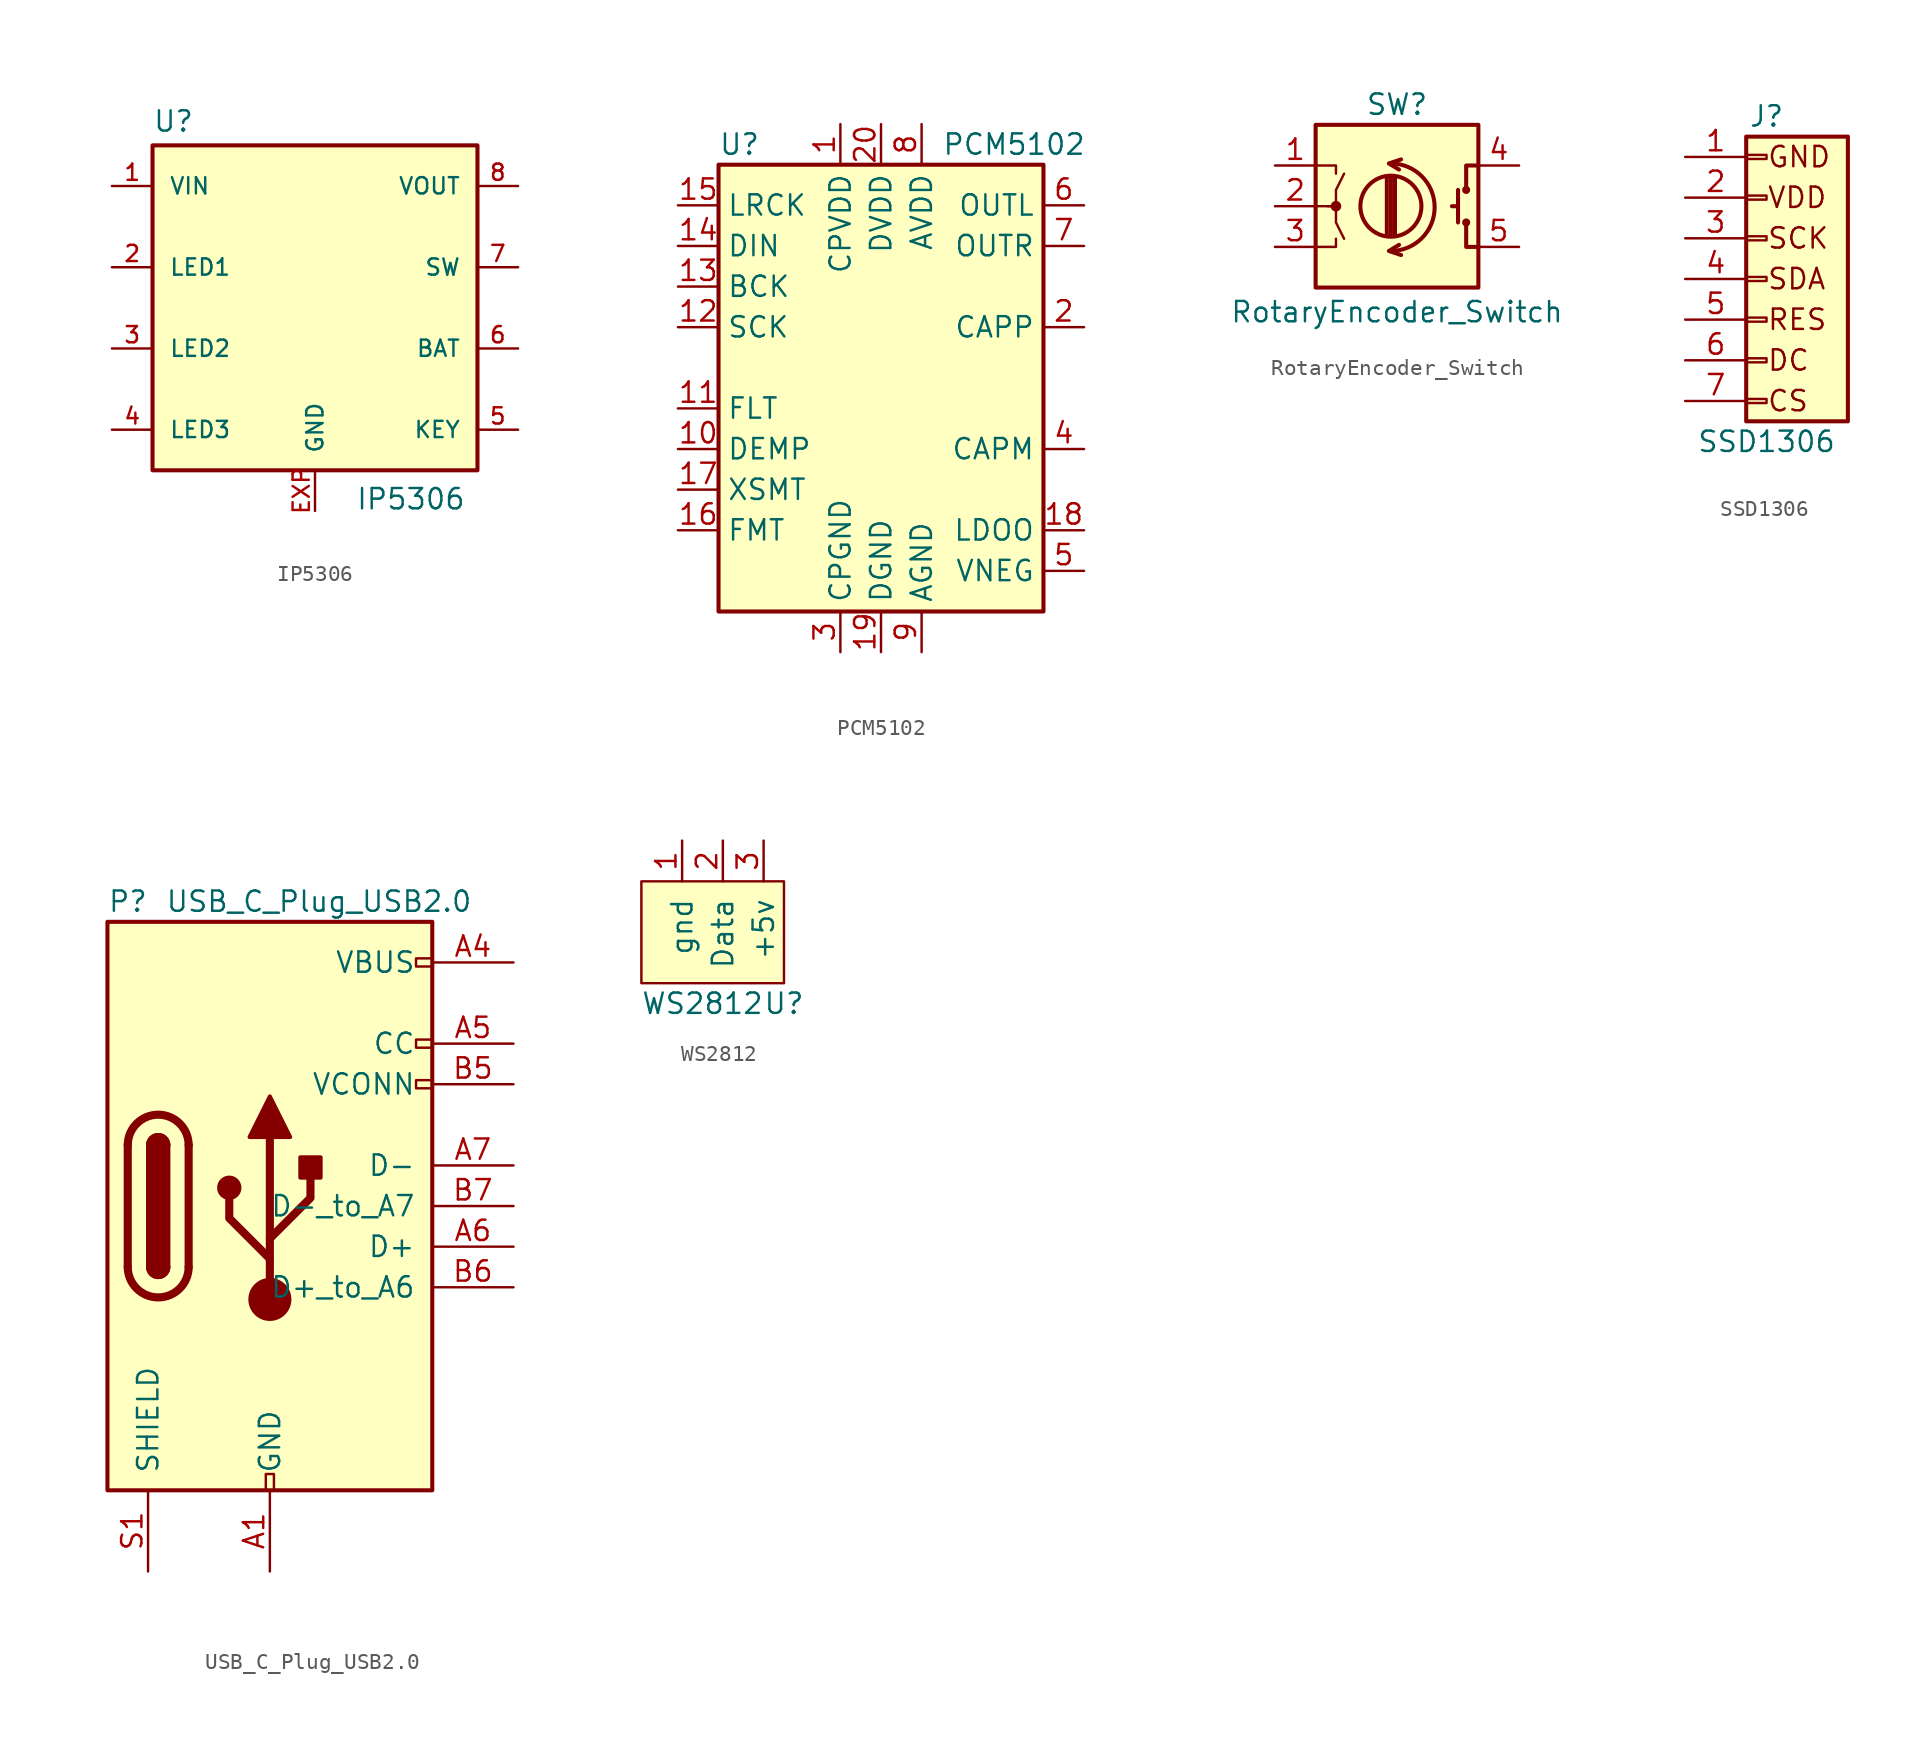
<source format=kicad_sym>
(kicad_symbol_lib
  (version 20211014)
  (generator kicad_symbol_editor)
  (symbol "IP5306"
    (pin_names
      (offset 1.016))
    (property "Reference" "U"
      (at -10.16 10.922 0)
      (effects (font (size 1.27 1.27)) (justify left bottom)))
    (property "Value" "IP5306"
      (at 2.54 -12.7 0)
      (effects (font (size 1.27 1.27)) (justify left bottom)))
    (property "ki_locked" ""
      (at 0 0 0)
      (effects (font (size 1.27 1.27))))
    (symbol "IP5306_0_0"
      (rectangle (start -10.16 -10.16) (end 10.16 10.16) (stroke (width 0.254) (type default) (color 0 0 0 0)) (fill (type background)))
      (pin bidirectional line (at -12.7 7.62 0) (length 2.54) (name "VIN" (effects (font (size 1.016 1.016)))) (number "1" (effects (font (size 1.016 1.016)))))
      (pin bidirectional line (at -12.7 2.54 0) (length 2.54) (name "LED1" (effects (font (size 1.016 1.016)))) (number "2" (effects (font (size 1.016 1.016)))))
      (pin bidirectional line (at -12.7 -2.54 0) (length 2.54) (name "LED2" (effects (font (size 1.016 1.016)))) (number "3" (effects (font (size 1.016 1.016)))))
      (pin bidirectional line (at -12.7 -7.62 0) (length 2.54) (name "LED3" (effects (font (size 1.016 1.016)))) (number "4" (effects (font (size 1.016 1.016)))))
      (pin bidirectional line (at 12.7 -7.62 180) (length 2.54) (name "KEY" (effects (font (size 1.016 1.016)))) (number "5" (effects (font (size 1.016 1.016)))))
      (pin bidirectional line (at 12.7 -2.54 180) (length 2.54) (name "BAT" (effects (font (size 1.016 1.016)))) (number "6" (effects (font (size 1.016 1.016)))))
      (pin bidirectional line (at 12.7 2.54 180) (length 2.54) (name "SW" (effects (font (size 1.016 1.016)))) (number "7" (effects (font (size 1.016 1.016)))))
      (pin bidirectional line (at 12.7 7.62 180) (length 2.54) (name "VOUT" (effects (font (size 1.016 1.016)))) (number "8" (effects (font (size 1.016 1.016)))))
      (pin bidirectional line (at 0 -12.7 90) (length 2.54) (name "GND" (effects (font (size 1.016 1.016)))) (number "EXP" (effects (font (size 1.016 1.016)))))))
  (symbol "PCM5102"
    (property "Reference" "U"
      (at -10.16 13.97 0)
      (effects (font (size 1.27 1.27)) (justify left)))
    (property "Value" "PCM5102"
      (at 3.81 13.97 0)
      (effects (font (size 1.27 1.27)) (justify left)))
    (symbol "PCM5102_0_1"
      (rectangle (start -10.16 12.7) (end 10.16 -15.24) (stroke (width 0.254) (type default) (color 0 0 0 0)) (fill (type background))))
    (symbol "PCM5102_1_1"
      (pin passive line (at -2.54 15.24 270) (length 2.54) (name "CPVDD" (effects (font (size 1.27 1.27)))) (number "1" (effects (font (size 1.27 1.27)))))
      (pin input line (at -12.7 -5.08 0) (length 2.54) (name "DEMP" (effects (font (size 1.27 1.27)))) (number "10" (effects (font (size 1.27 1.27)))))
      (pin input line (at -12.7 -2.54 0) (length 2.54) (name "FLT" (effects (font (size 1.27 1.27)))) (number "11" (effects (font (size 1.27 1.27)))))
      (pin input line (at -12.7 2.54 0) (length 2.54) (name "SCK" (effects (font (size 1.27 1.27)))) (number "12" (effects (font (size 1.27 1.27)))))
      (pin input line (at -12.7 5.08 0) (length 2.54) (name "BCK" (effects (font (size 1.27 1.27)))) (number "13" (effects (font (size 1.27 1.27)))))
      (pin input line (at -12.7 7.62 0) (length 2.54) (name "DIN" (effects (font (size 1.27 1.27)))) (number "14" (effects (font (size 1.27 1.27)))))
      (pin input line (at -12.7 10.16 0) (length 2.54) (name "LRCK" (effects (font (size 1.27 1.27)))) (number "15" (effects (font (size 1.27 1.27)))))
      (pin input line (at -12.7 -10.16 0) (length 2.54) (name "FMT" (effects (font (size 1.27 1.27)))) (number "16" (effects (font (size 1.27 1.27)))))
      (pin input line (at -12.7 -7.62 0) (length 2.54) (name "XSMT" (effects (font (size 1.27 1.27)))) (number "17" (effects (font (size 1.27 1.27)))))
      (pin passive line (at 12.7 -10.16 180) (length 2.54) (name "LDOO" (effects (font (size 1.27 1.27)))) (number "18" (effects (font (size 1.27 1.27)))))
      (pin power_in line (at 0 -17.78 90) (length 2.54) (name "DGND" (effects (font (size 1.27 1.27)))) (number "19" (effects (font (size 1.27 1.27)))))
      (pin passive line (at 12.7 2.54 180) (length 2.54) (name "CAPP" (effects (font (size 1.27 1.27)))) (number "2" (effects (font (size 1.27 1.27)))))
      (pin power_in line (at 0 15.24 270) (length 2.54) (name "DVDD" (effects (font (size 1.27 1.27)))) (number "20" (effects (font (size 1.27 1.27)))))
      (pin passive line (at -2.54 -17.78 90) (length 2.54) (name "CPGND" (effects (font (size 1.27 1.27)))) (number "3" (effects (font (size 1.27 1.27)))))
      (pin passive line (at 12.7 -5.08 180) (length 2.54) (name "CAPM" (effects (font (size 1.27 1.27)))) (number "4" (effects (font (size 1.27 1.27)))))
      (pin power_out line (at 12.7 -12.7 180) (length 2.54) (name "VNEG" (effects (font (size 1.27 1.27)))) (number "5" (effects (font (size 1.27 1.27)))))
      (pin output line (at 12.7 10.16 180) (length 2.54) (name "OUTL" (effects (font (size 1.27 1.27)))) (number "6" (effects (font (size 1.27 1.27)))))
      (pin output line (at 12.7 7.62 180) (length 2.54) (name "OUTR" (effects (font (size 1.27 1.27)))) (number "7" (effects (font (size 1.27 1.27)))))
      (pin power_in line (at 2.54 15.24 270) (length 2.54) (name "AVDD" (effects (font (size 1.27 1.27)))) (number "8" (effects (font (size 1.27 1.27)))))
      (pin power_in line (at 2.54 -17.78 90) (length 2.54) (name "AGND" (effects (font (size 1.27 1.27)))) (number "9" (effects (font (size 1.27 1.27)))))))
  (symbol "RotaryEncoder_Switch"
    (pin_names
      (offset 0.254) hide)
    (property "Reference" "SW"
      (at 0 6.35 0)
      (effects (font (size 1.27 1.27))))
    (property "Value" "RotaryEncoder_Switch"
      (at 0 -6.604 0)
      (effects (font (size 1.27 1.27))))
    (symbol "RotaryEncoder_Switch_0_1"
      (rectangle (start -5.08 5.08) (end 5.08 -5.08) (stroke (width 0.254) (type default) (color 0 0 0 0)) (fill (type background)))
      (circle (center -3.81 0) (radius 0.254) (stroke (width 0) (type default) (color 0 0 0 0)) (fill (type outline)))
      (arc (start -0.381 -2.794) (mid 2.3622 -0.0508) (end -0.381 2.667) (stroke (width 0.254) (type default) (color 0 0 0 0)) (fill (type none)))
      (circle (center -0.381 0) (radius 1.905) (stroke (width 0.254) (type default) (color 0 0 0 0)) (fill (type none)))
      (polyline (pts (xy -0.635 -1.778) (xy -0.635 1.778)) (stroke (width 0.254) (type default) (color 0 0 0 0)) (fill (type none)))
      (polyline (pts (xy -0.381 -1.778) (xy -0.381 1.778)) (stroke (width 0.254) (type default) (color 0 0 0 0)) (fill (type none)))
      (polyline (pts (xy -0.127 1.778) (xy -0.127 -1.778)) (stroke (width 0.254) (type default) (color 0 0 0 0)) (fill (type none)))
      (polyline (pts (xy 3.81 0) (xy 3.429 0)) (stroke (width 0.254) (type default) (color 0 0 0 0)) (fill (type none)))
      (polyline (pts (xy 3.81 1.016) (xy 3.81 -1.016)) (stroke (width 0.254) (type default) (color 0 0 0 0)) (fill (type none)))
      (polyline (pts (xy -5.08 -2.54) (xy -3.81 -2.54) (xy -3.81 -2.032)) (stroke (width 0) (type default) (color 0 0 0 0)) (fill (type none)))
      (polyline (pts (xy -5.08 2.54) (xy -3.81 2.54) (xy -3.81 2.032)) (stroke (width 0) (type default) (color 0 0 0 0)) (fill (type none)))
      (polyline (pts (xy 0.254 -3.048) (xy -0.508 -2.794) (xy 0.127 -2.413)) (stroke (width 0.254) (type default) (color 0 0 0 0)) (fill (type none)))
      (polyline (pts (xy 0.254 2.921) (xy -0.508 2.667) (xy 0.127 2.286)) (stroke (width 0.254) (type default) (color 0 0 0 0)) (fill (type none)))
      (polyline (pts (xy 5.08 -2.54) (xy 4.318 -2.54) (xy 4.318 -1.016)) (stroke (width 0.254) (type default) (color 0 0 0 0)) (fill (type none)))
      (polyline (pts (xy 5.08 2.54) (xy 4.318 2.54) (xy 4.318 1.016)) (stroke (width 0.254) (type default) (color 0 0 0 0)) (fill (type none)))
      (polyline (pts (xy -5.08 0) (xy -3.81 0) (xy -3.81 -1.016) (xy -3.302 -2.032)) (stroke (width 0) (type default) (color 0 0 0 0)) (fill (type none)))
      (polyline (pts (xy -4.318 0) (xy -3.81 0) (xy -3.81 1.016) (xy -3.302 2.032)) (stroke (width 0) (type default) (color 0 0 0 0)) (fill (type none)))
      (circle (center 4.318 -1.016) (radius 0.127) (stroke (width 0.254) (type default) (color 0 0 0 0)) (fill (type none)))
      (circle (center 4.318 1.016) (radius 0.127) (stroke (width 0.254) (type default) (color 0 0 0 0)) (fill (type none))))
    (symbol "RotaryEncoder_Switch_1_1"
      (pin passive line (at -7.62 2.54 0) (length 2.54) (name "A" (effects (font (size 1.27 1.27)))) (number "1" (effects (font (size 1.27 1.27)))))
      (pin passive line (at -7.62 0 0) (length 2.54) (name "GND" (effects (font (size 1.27 1.27)))) (number "2" (effects (font (size 1.27 1.27)))))
      (pin passive line (at -7.62 -2.54 0) (length 2.54) (name "B" (effects (font (size 1.27 1.27)))) (number "3" (effects (font (size 1.27 1.27)))))
      (pin passive line (at 7.62 2.54 180) (length 2.54) (name "SWGND" (effects (font (size 1.27 1.27)))) (number "4" (effects (font (size 1.27 1.27)))))
      (pin passive line (at 7.62 -2.54 180) (length 2.54) (name "SW" (effects (font (size 1.27 1.27)))) (number "5" (effects (font (size 1.27 1.27)))))))
  (symbol "SSD1306"
    (pin_names
      (offset 1.016) hide)
    (property "Reference" "J"
      (at 0 10.16 0)
      (effects (font (size 1.27 1.27))))
    (property "Value" "SSD1306"
      (at 0 -10.16 0)
      (effects (font (size 1.27 1.27))))
    (symbol "SSD1306_0_0"
      (text "CS" (at 0 -7.62 0) (effects (font (size 1.27 1.27)) (justify left)))
      (text "DC" (at 0 -5.08 0) (effects (font (size 1.27 1.27)) (justify left)))
      (text "GND" (at 0 7.62 0) (effects (font (size 1.27 1.27)) (justify left)))
      (text "RES" (at 0 -2.54 0) (effects (font (size 1.27 1.27)) (justify left)))
      (text "SCK" (at 0 2.54 0) (effects (font (size 1.27 1.27)) (justify left)))
      (text "SDA" (at 0 0 0) (effects (font (size 1.27 1.27)) (justify left)))
      (text "VDD" (at 0 5.08 0) (effects (font (size 1.27 1.27)) (justify left))))
    (symbol "SSD1306_1_1"
      (rectangle (start -1.27 -7.493) (end 0 -7.747) (stroke (width 0.152) (type default) (color 0 0 0 0)) (fill (type none)))
      (rectangle (start -1.27 -4.953) (end 0 -5.207) (stroke (width 0.152) (type default) (color 0 0 0 0)) (fill (type none)))
      (rectangle (start -1.27 -2.413) (end 0 -2.667) (stroke (width 0.152) (type default) (color 0 0 0 0)) (fill (type none)))
      (rectangle (start -1.27 0.127) (end 0 -0.127) (stroke (width 0.152) (type default) (color 0 0 0 0)) (fill (type none)))
      (rectangle (start -1.27 2.667) (end 0 2.413) (stroke (width 0.152) (type default) (color 0 0 0 0)) (fill (type none)))
      (rectangle (start -1.27 5.207) (end 0 4.953) (stroke (width 0.152) (type default) (color 0 0 0 0)) (fill (type none)))
      (rectangle (start -1.27 7.747) (end 0 7.493) (stroke (width 0.152) (type default) (color 0 0 0 0)) (fill (type none)))
      (rectangle (start -1.27 8.89) (end 5.08 -8.89) (stroke (width 0.254) (type default) (color 0 0 0 0)) (fill (type background)))
      (pin passive line (at -5.08 7.62 0) (length 3.81) (name "GND" (effects (font (size 1.27 1.27)))) (number "1" (effects (font (size 1.27 1.27)))))
      (pin passive line (at -5.08 5.08 0) (length 3.81) (name "VDD" (effects (font (size 1.27 1.27)))) (number "2" (effects (font (size 1.27 1.27)))))
      (pin passive line (at -5.08 2.54 0) (length 3.81) (name "SCK" (effects (font (size 1.27 1.27)))) (number "3" (effects (font (size 1.27 1.27)))))
      (pin passive line (at -5.08 0 0) (length 3.81) (name "SDA" (effects (font (size 1.27 1.27)))) (number "4" (effects (font (size 1.27 1.27)))))
      (pin passive line (at -5.08 -2.54 0) (length 3.81) (name "RES" (effects (font (size 1.27 1.27)))) (number "5" (effects (font (size 1.27 1.27)))))
      (pin passive line (at -5.08 -5.08 0) (length 3.81) (name "DC" (effects (font (size 1.27 1.27)))) (number "6" (effects (font (size 1.27 1.27)))))
      (pin passive line (at -5.08 -7.62 0) (length 3.81) (name "CS" (effects (font (size 1.27 1.27)))) (number "7" (effects (font (size 1.27 1.27)))))))
  (symbol "USB_C_Plug_USB2.0"
    (pin_names
      (offset 1.016))
    (property "Reference" "P"
      (at -10.16 19.05 0)
      (effects (font (size 1.27 1.27)) (justify left)))
    (property "Value" "USB_C_Plug_USB2.0"
      (at 12.7 19.05 0)
      (effects (font (size 1.27 1.27)) (justify right)))
    (symbol "USB_C_Plug_USB2.0_0_0"
      (rectangle (start -0.254 -17.78) (end 0.254 -16.764) (stroke (width 0) (type default) (color 0 0 0 0)) (fill (type none)))
      (rectangle (start 10.16 7.874) (end 9.144 7.366) (stroke (width 0) (type default) (color 0 0 0 0)) (fill (type none)))
      (rectangle (start 10.16 10.414) (end 9.144 9.906) (stroke (width 0) (type default) (color 0 0 0 0)) (fill (type none)))
      (rectangle (start 10.16 15.494) (end 9.144 14.986) (stroke (width 0) (type default) (color 0 0 0 0)) (fill (type none))))
    (symbol "USB_C_Plug_USB2.0_0_1"
      (rectangle (start -10.16 17.78) (end 10.16 -17.78) (stroke (width 0.254) (type default) (color 0 0 0 0)) (fill (type background)))
      (arc (start -8.89 -3.81) (mid -6.985 -5.715) (end -5.08 -3.81) (stroke (width 0.508) (type default) (color 0 0 0 0)) (fill (type none)))
      (arc (start -7.62 -3.81) (mid -6.985 -4.445) (end -6.35 -3.81) (stroke (width 0.254) (type default) (color 0 0 0 0)) (fill (type none)))
      (arc (start -7.62 -3.81) (mid -6.985 -4.445) (end -6.35 -3.81) (stroke (width 0.254) (type default) (color 0 0 0 0)) (fill (type outline)))
      (rectangle (start -7.62 -3.81) (end -6.35 3.81) (stroke (width 0.254) (type default) (color 0 0 0 0)) (fill (type outline)))
      (arc (start -6.35 3.81) (mid -6.985 4.445) (end -7.62 3.81) (stroke (width 0.254) (type default) (color 0 0 0 0)) (fill (type none)))
      (arc (start -6.35 3.81) (mid -6.985 4.445) (end -7.62 3.81) (stroke (width 0.254) (type default) (color 0 0 0 0)) (fill (type outline)))
      (arc (start -5.08 3.81) (mid -6.985 5.715) (end -8.89 3.81) (stroke (width 0.508) (type default) (color 0 0 0 0)) (fill (type none)))
      (circle (center -2.54 1.143) (radius 0.635) (stroke (width 0.254) (type default) (color 0 0 0 0)) (fill (type outline)))
      (circle (center 0 -5.842) (radius 1.27) (stroke (width 0) (type default) (color 0 0 0 0)) (fill (type outline)))
      (polyline (pts (xy -8.89 -3.81) (xy -8.89 3.81)) (stroke (width 0.508) (type default) (color 0 0 0 0)) (fill (type none)))
      (polyline (pts (xy -5.08 3.81) (xy -5.08 -3.81)) (stroke (width 0.508) (type default) (color 0 0 0 0)) (fill (type none)))
      (polyline (pts (xy 0 -5.842) (xy 0 4.318)) (stroke (width 0.508) (type default) (color 0 0 0 0)) (fill (type none)))
      (polyline (pts (xy 0 -3.302) (xy -2.54 -0.762) (xy -2.54 0.508)) (stroke (width 0.508) (type default) (color 0 0 0 0)) (fill (type none)))
      (polyline (pts (xy 0 -2.032) (xy 2.54 0.508) (xy 2.54 1.778)) (stroke (width 0.508) (type default) (color 0 0 0 0)) (fill (type none)))
      (polyline (pts (xy -1.27 4.318) (xy 0 6.858) (xy 1.27 4.318) (xy -1.27 4.318)) (stroke (width 0.254) (type default) (color 0 0 0 0)) (fill (type outline)))
      (rectangle (start 1.905 1.778) (end 3.175 3.048) (stroke (width 0.254) (type default) (color 0 0 0 0)) (fill (type outline))))
    (symbol "USB_C_Plug_USB2.0_1_1"
      (pin passive line (at 0 -22.86 90) (length 5.08) (name "GND" (effects (font (size 1.27 1.27)))) (number "A1" (effects (font (size 1.27 1.27)))))
      (pin passive line (at 0 -22.86 90) (length 5.08) hide (name "GND" (effects (font (size 1.27 1.27)))) (number "A12" (effects (font (size 1.27 1.27)))))
      (pin power_out line (at 15.24 15.24 180) (length 5.08) (name "VBUS" (effects (font (size 1.27 1.27)))) (number "A4" (effects (font (size 1.27 1.27)))))
      (pin bidirectional line (at 15.24 10.16 180) (length 5.08) (name "CC" (effects (font (size 1.27 1.27)))) (number "A5" (effects (font (size 1.27 1.27)))))
      (pin bidirectional line (at 15.24 -2.54 180) (length 5.08) (name "D+" (effects (font (size 1.27 1.27)))) (number "A6" (effects (font (size 1.27 1.27)))))
      (pin bidirectional line (at 15.24 2.54 180) (length 5.08) (name "D-" (effects (font (size 1.27 1.27)))) (number "A7" (effects (font (size 1.27 1.27)))))
      (pin passive line (at 15.24 15.24 180) (length 5.08) hide (name "VBUS" (effects (font (size 1.27 1.27)))) (number "A9" (effects (font (size 1.27 1.27)))))
      (pin passive line (at 0 -22.86 90) (length 5.08) hide (name "GND" (effects (font (size 1.27 1.27)))) (number "B1" (effects (font (size 1.27 1.27)))))
      (pin passive line (at 0 -22.86 90) (length 5.08) hide (name "GND" (effects (font (size 1.27 1.27)))) (number "B12" (effects (font (size 1.27 1.27)))))
      (pin passive line (at 15.24 15.24 180) (length 5.08) hide (name "VBUS" (effects (font (size 1.27 1.27)))) (number "B4" (effects (font (size 1.27 1.27)))))
      (pin bidirectional line (at 15.24 7.62 180) (length 5.08) (name "VCONN" (effects (font (size 1.27 1.27)))) (number "B5" (effects (font (size 1.27 1.27)))))
      (pin bidirectional line (at 15.24 -5.08 180) (length 5.08) (name "D+_to_A6" (effects (font (size 1.27 1.27)))) (number "B6" (effects (font (size 1.27 1.27)))))
      (pin bidirectional line (at 15.24 0 180) (length 5.08) (name "D-_to_A7" (effects (font (size 1.27 1.27)))) (number "B7" (effects (font (size 1.27 1.27)))))
      (pin passive line (at 15.24 15.24 180) (length 5.08) hide (name "VBUS" (effects (font (size 1.27 1.27)))) (number "B9" (effects (font (size 1.27 1.27)))))
      (pin passive line (at -7.62 -22.86 90) (length 5.08) (name "SHIELD" (effects (font (size 1.27 1.27)))) (number "S1" (effects (font (size 1.27 1.27)))))))
  (symbol "WS2812"
    (pin_names
      (offset 1.016))
    (property "Reference" "U"
      (at 5.08 -1.27 0)
      (effects (font (size 1.27 1.27))))
    (property "Value" "WS2812"
      (at 0 -1.27 0)
      (effects (font (size 1.27 1.27))))
    (symbol "WS2812_0_1"
      (rectangle (start -3.81 6.35) (end 5.08 0) (stroke (width 0) (type default) (color 0 0 0 0)) (fill (type background))))
    (symbol "WS2812_1_1"
      (pin passive line (at -1.27 8.89 270) (length 2.54) (name "gnd" (effects (font (size 1.27 1.27)))) (number "1" (effects (font (size 1.27 1.27)))))
      (pin passive line (at 1.27 8.89 270) (length 2.54) (name "Data" (effects (font (size 1.27 1.27)))) (number "2" (effects (font (size 1.27 1.27)))))
      (pin power_in line (at 3.81 8.89 270) (length 2.54) (name "+5v" (effects (font (size 1.27 1.27)))) (number "3" (effects (font (size 1.27 1.27))))))))
</source>
